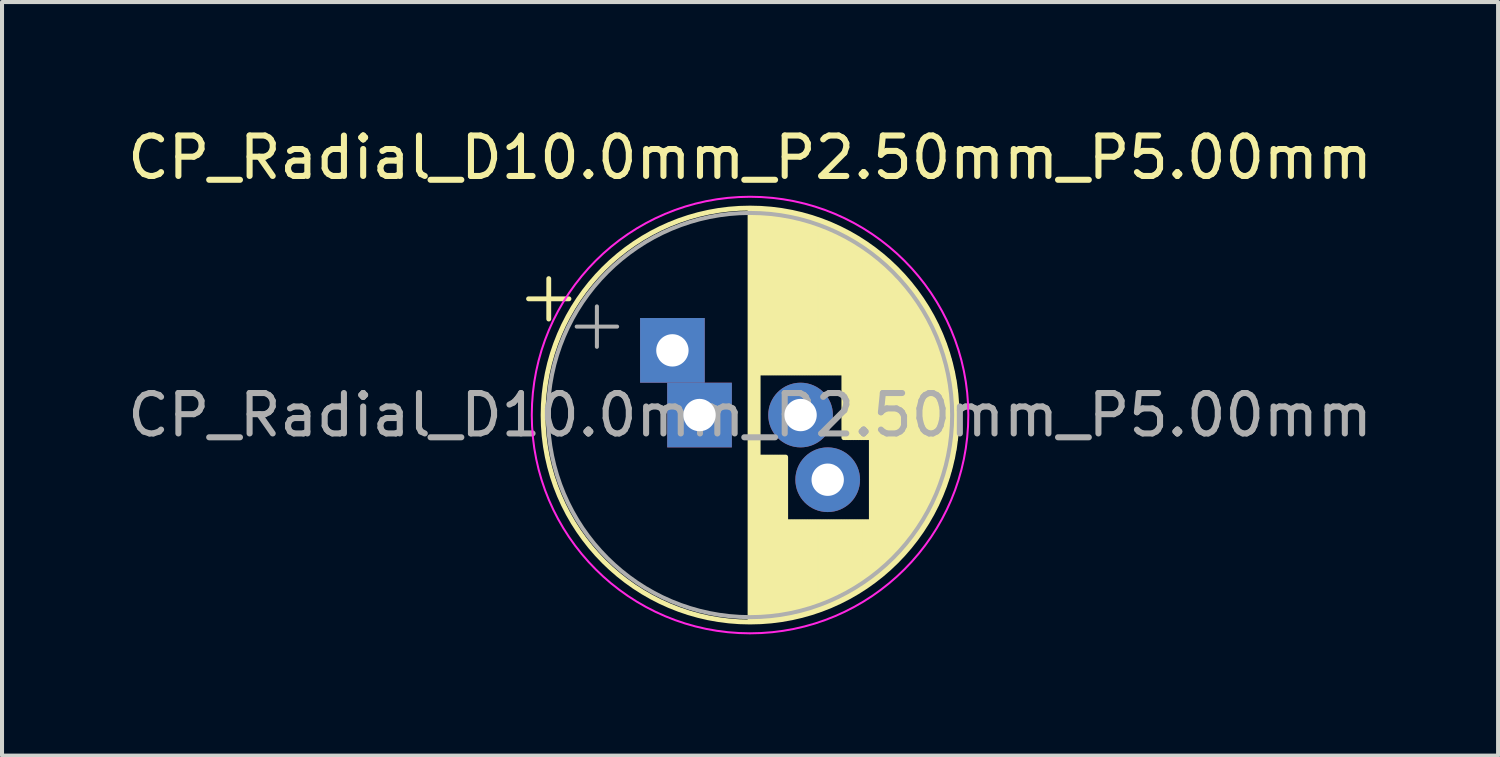
<source format=kicad_pcb>
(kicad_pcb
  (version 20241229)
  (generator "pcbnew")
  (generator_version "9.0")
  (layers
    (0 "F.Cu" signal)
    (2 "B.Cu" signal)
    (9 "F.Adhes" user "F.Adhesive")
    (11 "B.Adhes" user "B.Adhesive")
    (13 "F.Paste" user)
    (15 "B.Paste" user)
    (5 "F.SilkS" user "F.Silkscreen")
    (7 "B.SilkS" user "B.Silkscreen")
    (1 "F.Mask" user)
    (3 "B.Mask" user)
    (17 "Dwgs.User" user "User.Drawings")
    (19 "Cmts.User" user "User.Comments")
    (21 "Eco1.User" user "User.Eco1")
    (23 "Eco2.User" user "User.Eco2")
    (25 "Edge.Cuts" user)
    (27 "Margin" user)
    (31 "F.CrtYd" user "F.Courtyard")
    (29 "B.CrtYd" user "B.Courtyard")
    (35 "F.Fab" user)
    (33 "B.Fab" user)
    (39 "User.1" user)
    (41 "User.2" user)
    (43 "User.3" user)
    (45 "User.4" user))
  (footprint "CP_Radial_D10.0mm_P2.50mm_P5.00mm"
    (layer "F.Cu")
    (at 14.256 7.218)
    (property "Reference" "CP_Radial_D10.0mm_P2.50mm_P5.00mm" (at 1.25 -6.37 0) (layer "F.SilkS") (effects (font (size 1 1) (thickness 0.15))))
    (attr through_hole)
    (fp_line (start -4.23 -2.875) (end -3.23 -2.875) (stroke (width 0.12) (type solid)) (layer "F.SilkS"))
    (fp_line (start -3.73 -3.375) (end -3.73 -2.375) (stroke (width 0.12) (type solid)) (layer "F.SilkS"))
    (fp_line (start 1.25 -5.08) (end 1.25 5.08) (stroke (width 0.12) (type solid)) (layer "F.SilkS"))
    (fp_line (start 1.29 -5.08) (end 1.29 5.08) (stroke (width 0.12) (type solid)) (layer "F.SilkS"))
    (fp_line (start 1.33 -5.08) (end 1.33 5.08) (stroke (width 0.12) (type solid)) (layer "F.SilkS"))
    (fp_line (start 1.37 -5.079) (end 1.37 5.079) (stroke (width 0.12) (type solid)) (layer "F.SilkS"))
    (fp_line (start 1.41 -5.078) (end 1.41 5.078) (stroke (width 0.12) (type solid)) (layer "F.SilkS"))
    (fp_line (start 1.45 -5.077) (end 1.45 5.077) (stroke (width 0.12) (type solid)) (layer "F.SilkS"))
    (fp_line (start 1.49 -5.075) (end 1.49 -1.04) (stroke (width 0.12) (type solid)) (layer "F.SilkS"))
    (fp_line (start 1.49 1.04) (end 1.49 5.075) (stroke (width 0.12) (type solid)) (layer "F.SilkS"))
    (fp_line (start 1.53 -5.073) (end 1.53 -1.04) (stroke (width 0.12) (type solid)) (layer "F.SilkS"))
    (fp_line (start 1.53 1.04) (end 1.53 5.073) (stroke (width 0.12) (type solid)) (layer "F.SilkS"))
    (fp_line (start 1.57 -5.07) (end 1.57 -1.04) (stroke (width 0.12) (type solid)) (layer "F.SilkS"))
    (fp_line (start 1.57 1.04) (end 1.57 5.07) (stroke (width 0.12) (type solid)) (layer "F.SilkS"))
    (fp_line (start 1.61 -5.068) (end 1.61 -1.04) (stroke (width 0.12) (type solid)) (layer "F.SilkS"))
    (fp_line (start 1.61 1.04) (end 1.61 5.068) (stroke (width 0.12) (type solid)) (layer "F.SilkS"))
    (fp_line (start 1.65 -5.065) (end 1.65 -1.04) (stroke (width 0.12) (type solid)) (layer "F.SilkS"))
    (fp_line (start 1.65 1.04) (end 1.65 5.065) (stroke (width 0.12) (type solid)) (layer "F.SilkS"))
    (fp_line (start 1.69 -5.062) (end 1.69 -1.04) (stroke (width 0.12) (type solid)) (layer "F.SilkS"))
    (fp_line (start 1.69 1.04) (end 1.69 5.062) (stroke (width 0.12) (type solid)) (layer "F.SilkS"))
    (fp_line (start 1.73 -5.058) (end 1.73 -1.04) (stroke (width 0.12) (type solid)) (layer "F.SilkS"))
    (fp_line (start 1.73 1.04) (end 1.73 5.058) (stroke (width 0.12) (type solid)) (layer "F.SilkS"))
    (fp_line (start 1.77 -5.054) (end 1.77 -1.04) (stroke (width 0.12) (type solid)) (layer "F.SilkS"))
    (fp_line (start 1.77 1.04) (end 1.77 5.054) (stroke (width 0.12) (type solid)) (layer "F.SilkS"))
    (fp_line (start 1.81 -5.05) (end 1.81 -1.04) (stroke (width 0.12) (type solid)) (layer "F.SilkS"))
    (fp_line (start 1.81 1.04) (end 1.81 5.05) (stroke (width 0.12) (type solid)) (layer "F.SilkS"))
    (fp_line (start 1.85 -5.045) (end 1.85 -1.04) (stroke (width 0.12) (type solid)) (layer "F.SilkS"))
    (fp_line (start 1.85 1.04) (end 1.85 5.045) (stroke (width 0.12) (type solid)) (layer "F.SilkS"))
    (fp_line (start 1.89 -5.04) (end 1.89 -1.04) (stroke (width 0.12) (type solid)) (layer "F.SilkS"))
    (fp_line (start 1.89 1.04) (end 1.89 5.04) (stroke (width 0.12) (type solid)) (layer "F.SilkS"))
    (fp_line (start 1.93 -5.035) (end 1.93 -1.04) (stroke (width 0.12) (type solid)) (layer "F.SilkS"))
    (fp_line (start 1.93 1.04) (end 1.93 5.035) (stroke (width 0.12) (type solid)) (layer "F.SilkS"))
    (fp_line (start 1.971 -5.03) (end 1.971 -1.04) (stroke (width 0.12) (type solid)) (layer "F.SilkS"))
    (fp_line (start 1.971 1.04) (end 1.971 5.03) (stroke (width 0.12) (type solid)) (layer "F.SilkS"))
    (fp_line (start 2.011 -5.024) (end 2.011 -1.04) (stroke (width 0.12) (type solid)) (layer "F.SilkS"))
    (fp_line (start 2.011 1.04) (end 2.011 5.024) (stroke (width 0.12) (type solid)) (layer "F.SilkS"))
    (fp_line (start 2.051 -5.018) (end 2.051 -1.04) (stroke (width 0.12) (type solid)) (layer "F.SilkS"))
    (fp_line (start 2.051 1.04) (end 2.051 5.018) (stroke (width 0.12) (type solid)) (layer "F.SilkS"))
    (fp_line (start 2.091 -5.011) (end 2.091 -1.04) (stroke (width 0.12) (type solid)) (layer "F.SilkS"))
    (fp_line (start 2.091 1.04) (end 2.091 5.011) (stroke (width 0.12) (type solid)) (layer "F.SilkS"))
    (fp_line (start 2.131 -5.004) (end 2.131 -1.04) (stroke (width 0.12) (type solid)) (layer "F.SilkS"))
    (fp_line (start 2.131 1.04) (end 2.131 5.004) (stroke (width 0.12) (type solid)) (layer "F.SilkS"))
    (fp_line (start 2.171 -4.997) (end 2.171 -1.04) (stroke (width 0.12) (type solid)) (layer "F.SilkS"))
    (fp_line (start 2.171 2.64) (end 2.171 4.997) (stroke (width 0.12) (type solid)) (layer "F.SilkS"))
    (fp_line (start 2.211 -4.99) (end 2.211 -1.04) (stroke (width 0.12) (type solid)) (layer "F.SilkS"))
    (fp_line (start 2.211 2.64) (end 2.211 4.99) (stroke (width 0.12) (type solid)) (layer "F.SilkS"))
    (fp_line (start 2.251 -4.982) (end 2.251 -1.04) (stroke (width 0.12) (type solid)) (layer "F.SilkS"))
    (fp_line (start 2.251 2.64) (end 2.251 4.982) (stroke (width 0.12) (type solid)) (layer "F.SilkS"))
    (fp_line (start 2.291 -4.974) (end 2.291 -1.04) (stroke (width 0.12) (type solid)) (layer "F.SilkS"))
    (fp_line (start 2.291 2.64) (end 2.291 4.974) (stroke (width 0.12) (type solid)) (layer "F.SilkS"))
    (fp_line (start 2.331 -4.965) (end 2.331 -1.04) (stroke (width 0.12) (type solid)) (layer "F.SilkS"))
    (fp_line (start 2.331 2.64) (end 2.331 4.965) (stroke (width 0.12) (type solid)) (layer "F.SilkS"))
    (fp_line (start 2.371 -4.956) (end 2.371 -1.04) (stroke (width 0.12) (type solid)) (layer "F.SilkS"))
    (fp_line (start 2.371 2.64) (end 2.371 4.956) (stroke (width 0.12) (type solid)) (layer "F.SilkS"))
    (fp_line (start 2.411 -4.947) (end 2.411 -1.04) (stroke (width 0.12) (type solid)) (layer "F.SilkS"))
    (fp_line (start 2.411 2.64) (end 2.411 4.947) (stroke (width 0.12) (type solid)) (layer "F.SilkS"))
    (fp_line (start 2.451 -4.938) (end 2.451 -1.04) (stroke (width 0.12) (type solid)) (layer "F.SilkS"))
    (fp_line (start 2.451 2.64) (end 2.451 4.938) (stroke (width 0.12) (type solid)) (layer "F.SilkS"))
    (fp_line (start 2.491 -4.928) (end 2.491 -1.04) (stroke (width 0.12) (type solid)) (layer "F.SilkS"))
    (fp_line (start 2.491 2.64) (end 2.491 4.928) (stroke (width 0.12) (type solid)) (layer "F.SilkS"))
    (fp_line (start 2.531 -4.918) (end 2.531 -1.04) (stroke (width 0.12) (type solid)) (layer "F.SilkS"))
    (fp_line (start 2.531 2.64) (end 2.531 4.918) (stroke (width 0.12) (type solid)) (layer "F.SilkS"))
    (fp_line (start 2.571 -4.907) (end 2.571 -1.04) (stroke (width 0.12) (type solid)) (layer "F.SilkS"))
    (fp_line (start 2.571 2.64) (end 2.571 4.907) (stroke (width 0.12) (type solid)) (layer "F.SilkS"))
    (fp_line (start 2.611 -4.897) (end 2.611 -1.04) (stroke (width 0.12) (type solid)) (layer "F.SilkS"))
    (fp_line (start 2.611 2.64) (end 2.611 4.897) (stroke (width 0.12) (type solid)) (layer "F.SilkS"))
    (fp_line (start 2.651 -4.885) (end 2.651 -1.04) (stroke (width 0.12) (type solid)) (layer "F.SilkS"))
    (fp_line (start 2.651 2.64) (end 2.651 4.885) (stroke (width 0.12) (type solid)) (layer "F.SilkS"))
    (fp_line (start 2.691 -4.874) (end 2.691 -1.04) (stroke (width 0.12) (type solid)) (layer "F.SilkS"))
    (fp_line (start 2.691 2.64) (end 2.691 4.874) (stroke (width 0.12) (type solid)) (layer "F.SilkS"))
    (fp_line (start 2.731 -4.862) (end 2.731 -1.04) (stroke (width 0.12) (type solid)) (layer "F.SilkS"))
    (fp_line (start 2.731 2.64) (end 2.731 4.862) (stroke (width 0.12) (type solid)) (layer "F.SilkS"))
    (fp_line (start 2.771 -4.85) (end 2.771 -1.04) (stroke (width 0.12) (type solid)) (layer "F.SilkS"))
    (fp_line (start 2.771 2.64) (end 2.771 4.85) (stroke (width 0.12) (type solid)) (layer "F.SilkS"))
    (fp_line (start 2.811 -4.837) (end 2.811 -1.04) (stroke (width 0.12) (type solid)) (layer "F.SilkS"))
    (fp_line (start 2.811 2.64) (end 2.811 4.837) (stroke (width 0.12) (type solid)) (layer "F.SilkS"))
    (fp_line (start 2.851 -4.824) (end 2.851 -1.04) (stroke (width 0.12) (type solid)) (layer "F.SilkS"))
    (fp_line (start 2.851 2.64) (end 2.851 4.824) (stroke (width 0.12) (type solid)) (layer "F.SilkS"))
    (fp_line (start 2.891 -4.811) (end 2.891 -1.04) (stroke (width 0.12) (type solid)) (layer "F.SilkS"))
    (fp_line (start 2.891 2.64) (end 2.891 4.811) (stroke (width 0.12) (type solid)) (layer "F.SilkS"))
    (fp_line (start 2.931 -4.797) (end 2.931 -1.04) (stroke (width 0.12) (type solid)) (layer "F.SilkS"))
    (fp_line (start 2.931 2.64) (end 2.931 4.797) (stroke (width 0.12) (type solid)) (layer "F.SilkS"))
    (fp_line (start 2.971 -4.783) (end 2.971 -1.04) (stroke (width 0.12) (type solid)) (layer "F.SilkS"))
    (fp_line (start 2.971 2.64) (end 2.971 4.783) (stroke (width 0.12) (type solid)) (layer "F.SilkS"))
    (fp_line (start 3.011 -4.768) (end 3.011 -1.04) (stroke (width 0.12) (type solid)) (layer "F.SilkS"))
    (fp_line (start 3.011 2.64) (end 3.011 4.768) (stroke (width 0.12) (type solid)) (layer "F.SilkS"))
    (fp_line (start 3.051 -4.754) (end 3.051 -1.04) (stroke (width 0.12) (type solid)) (layer "F.SilkS"))
    (fp_line (start 3.051 2.64) (end 3.051 4.754) (stroke (width 0.12) (type solid)) (layer "F.SilkS"))
    (fp_line (start 3.091 -4.738) (end 3.091 -1.04) (stroke (width 0.12) (type solid)) (layer "F.SilkS"))
    (fp_line (start 3.091 2.64) (end 3.091 4.738) (stroke (width 0.12) (type solid)) (layer "F.SilkS"))
    (fp_line (start 3.131 -4.723) (end 3.131 -1.04) (stroke (width 0.12) (type solid)) (layer "F.SilkS"))
    (fp_line (start 3.131 2.64) (end 3.131 4.723) (stroke (width 0.12) (type solid)) (layer "F.SilkS"))
    (fp_line (start 3.171 -4.707) (end 3.171 -1.04) (stroke (width 0.12) (type solid)) (layer "F.SilkS"))
    (fp_line (start 3.171 2.64) (end 3.171 4.707) (stroke (width 0.12) (type solid)) (layer "F.SilkS"))
    (fp_line (start 3.211 -4.69) (end 3.211 -1.04) (stroke (width 0.12) (type solid)) (layer "F.SilkS"))
    (fp_line (start 3.211 2.64) (end 3.211 4.69) (stroke (width 0.12) (type solid)) (layer "F.SilkS"))
    (fp_line (start 3.251 -4.674) (end 3.251 -1.04) (stroke (width 0.12) (type solid)) (layer "F.SilkS"))
    (fp_line (start 3.251 2.64) (end 3.251 4.674) (stroke (width 0.12) (type solid)) (layer "F.SilkS"))
    (fp_line (start 3.291 -4.657) (end 3.291 -1.04) (stroke (width 0.12) (type solid)) (layer "F.SilkS"))
    (fp_line (start 3.291 2.64) (end 3.291 4.657) (stroke (width 0.12) (type solid)) (layer "F.SilkS"))
    (fp_line (start 3.331 -4.639) (end 3.331 -1.04) (stroke (width 0.12) (type solid)) (layer "F.SilkS"))
    (fp_line (start 3.331 2.64) (end 3.331 4.639) (stroke (width 0.12) (type solid)) (layer "F.SilkS"))
    (fp_line (start 3.371 -4.621) (end 3.371 -1.04) (stroke (width 0.12) (type solid)) (layer "F.SilkS"))
    (fp_line (start 3.371 2.64) (end 3.371 4.621) (stroke (width 0.12) (type solid)) (layer "F.SilkS"))
    (fp_line (start 3.411 -4.603) (end 3.411 -1.04) (stroke (width 0.12) (type solid)) (layer "F.SilkS"))
    (fp_line (start 3.411 2.64) (end 3.411 4.603) (stroke (width 0.12) (type solid)) (layer "F.SilkS"))
    (fp_line (start 3.451 -4.584) (end 3.451 -1.04) (stroke (width 0.12) (type solid)) (layer "F.SilkS"))
    (fp_line (start 3.451 2.64) (end 3.451 4.584) (stroke (width 0.12) (type solid)) (layer "F.SilkS"))
    (fp_line (start 3.491 -4.564) (end 3.491 -1.04) (stroke (width 0.12) (type solid)) (layer "F.SilkS"))
    (fp_line (start 3.491 2.64) (end 3.491 4.564) (stroke (width 0.12) (type solid)) (layer "F.SilkS"))
    (fp_line (start 3.531 -4.545) (end 3.531 -1.04) (stroke (width 0.12) (type solid)) (layer "F.SilkS"))
    (fp_line (start 3.531 2.64) (end 3.531 4.545) (stroke (width 0.12) (type solid)) (layer "F.SilkS"))
    (fp_line (start 3.571 -4.525) (end 3.571 0.56) (stroke (width 0.12) (type solid)) (layer "F.SilkS"))
    (fp_line (start 3.571 2.64) (end 3.571 4.525) (stroke (width 0.12) (type solid)) (layer "F.SilkS"))
    (fp_line (start 3.611 -4.504) (end 3.611 0.56) (stroke (width 0.12) (type solid)) (layer "F.SilkS"))
    (fp_line (start 3.611 2.64) (end 3.611 4.504) (stroke (width 0.12) (type solid)) (layer "F.SilkS"))
    (fp_line (start 3.651 -4.483) (end 3.651 0.56) (stroke (width 0.12) (type solid)) (layer "F.SilkS"))
    (fp_line (start 3.651 2.64) (end 3.651 4.483) (stroke (width 0.12) (type solid)) (layer "F.SilkS"))
    (fp_line (start 3.691 -4.462) (end 3.691 0.56) (stroke (width 0.12) (type solid)) (layer "F.SilkS"))
    (fp_line (start 3.691 2.64) (end 3.691 4.462) (stroke (width 0.12) (type solid)) (layer "F.SilkS"))
    (fp_line (start 3.731 -4.44) (end 3.731 0.56) (stroke (width 0.12) (type solid)) (layer "F.SilkS"))
    (fp_line (start 3.731 2.64) (end 3.731 4.44) (stroke (width 0.12) (type solid)) (layer "F.SilkS"))
    (fp_line (start 3.771 -4.417) (end 3.771 0.56) (stroke (width 0.12) (type solid)) (layer "F.SilkS"))
    (fp_line (start 3.771 2.64) (end 3.771 4.417) (stroke (width 0.12) (type solid)) (layer "F.SilkS"))
    (fp_line (start 3.811 -4.395) (end 3.811 0.56) (stroke (width 0.12) (type solid)) (layer "F.SilkS"))
    (fp_line (start 3.811 2.64) (end 3.811 4.395) (stroke (width 0.12) (type solid)) (layer "F.SilkS"))
    (fp_line (start 3.851 -4.371) (end 3.851 0.56) (stroke (width 0.12) (type solid)) (layer "F.SilkS"))
    (fp_line (start 3.851 2.64) (end 3.851 4.371) (stroke (width 0.12) (type solid)) (layer "F.SilkS"))
    (fp_line (start 3.891 -4.347) (end 3.891 0.56) (stroke (width 0.12) (type solid)) (layer "F.SilkS"))
    (fp_line (start 3.891 2.64) (end 3.891 4.347) (stroke (width 0.12) (type solid)) (layer "F.SilkS"))
    (fp_line (start 3.931 -4.323) (end 3.931 0.56) (stroke (width 0.12) (type solid)) (layer "F.SilkS"))
    (fp_line (start 3.931 2.64) (end 3.931 4.323) (stroke (width 0.12) (type solid)) (layer "F.SilkS"))
    (fp_line (start 3.971 -4.298) (end 3.971 0.56) (stroke (width 0.12) (type solid)) (layer "F.SilkS"))
    (fp_line (start 3.971 2.64) (end 3.971 4.298) (stroke (width 0.12) (type solid)) (layer "F.SilkS"))
    (fp_line (start 4.011 -4.273) (end 4.011 0.56) (stroke (width 0.12) (type solid)) (layer "F.SilkS"))
    (fp_line (start 4.011 2.64) (end 4.011 4.273) (stroke (width 0.12) (type solid)) (layer "F.SilkS"))
    (fp_line (start 4.051 -4.247) (end 4.051 0.56) (stroke (width 0.12) (type solid)) (layer "F.SilkS"))
    (fp_line (start 4.051 2.64) (end 4.051 4.247) (stroke (width 0.12) (type solid)) (layer "F.SilkS"))
    (fp_line (start 4.091 -4.221) (end 4.091 0.56) (stroke (width 0.12) (type solid)) (layer "F.SilkS"))
    (fp_line (start 4.091 2.64) (end 4.091 4.221) (stroke (width 0.12) (type solid)) (layer "F.SilkS"))
    (fp_line (start 4.131 -4.194) (end 4.131 0.56) (stroke (width 0.12) (type solid)) (layer "F.SilkS"))
    (fp_line (start 4.131 2.64) (end 4.131 4.194) (stroke (width 0.12) (type solid)) (layer "F.SilkS"))
    (fp_line (start 4.171 -4.166) (end 4.171 0.56) (stroke (width 0.12) (type solid)) (layer "F.SilkS"))
    (fp_line (start 4.171 2.64) (end 4.171 4.166) (stroke (width 0.12) (type solid)) (layer "F.SilkS"))
    (fp_line (start 4.211 -4.138) (end 4.211 0.56) (stroke (width 0.12) (type solid)) (layer "F.SilkS"))
    (fp_line (start 4.211 2.64) (end 4.211 4.138) (stroke (width 0.12) (type solid)) (layer "F.SilkS"))
    (fp_line (start 4.251 -4.11) (end 4.251 4.11) (stroke (width 0.12) (type solid)) (layer "F.SilkS"))
    (fp_line (start 4.291 -4.08) (end 4.291 4.08) (stroke (width 0.12) (type solid)) (layer "F.SilkS"))
    (fp_line (start 4.331 -4.05) (end 4.331 4.05) (stroke (width 0.12) (type solid)) (layer "F.SilkS"))
    (fp_line (start 4.371 -4.02) (end 4.371 4.02) (stroke (width 0.12) (type solid)) (layer "F.SilkS"))
    (fp_line (start 4.411 -3.989) (end 4.411 3.989) (stroke (width 0.12) (type solid)) (layer "F.SilkS"))
    (fp_line (start 4.451 -3.957) (end 4.451 3.957) (stroke (width 0.12) (type solid)) (layer "F.SilkS"))
    (fp_line (start 4.491 -3.925) (end 4.491 3.925) (stroke (width 0.12) (type solid)) (layer "F.SilkS"))
    (fp_line (start 4.531 -3.892) (end 4.531 3.892) (stroke (width 0.12) (type solid)) (layer "F.SilkS"))
    (fp_line (start 4.571 -3.858) (end 4.571 3.858) (stroke (width 0.12) (type solid)) (layer "F.SilkS"))
    (fp_line (start 4.611 -3.824) (end 4.611 3.824) (stroke (width 0.12) (type solid)) (layer "F.SilkS"))
    (fp_line (start 4.651 -3.789) (end 4.651 3.789) (stroke (width 0.12) (type solid)) (layer "F.SilkS"))
    (fp_line (start 4.691 -3.753) (end 4.691 3.753) (stroke (width 0.12) (type solid)) (layer "F.SilkS"))
    (fp_line (start 4.731 -3.716) (end 4.731 3.716) (stroke (width 0.12) (type solid)) (layer "F.SilkS"))
    (fp_line (start 4.771 -3.679) (end 4.771 3.679) (stroke (width 0.12) (type solid)) (layer "F.SilkS"))
    (fp_line (start 4.811 -3.64) (end 4.811 3.64) (stroke (width 0.12) (type solid)) (layer "F.SilkS"))
    (fp_line (start 4.851 -3.601) (end 4.851 3.601) (stroke (width 0.12) (type solid)) (layer "F.SilkS"))
    (fp_line (start 4.891 -3.561) (end 4.891 3.561) (stroke (width 0.12) (type solid)) (layer "F.SilkS"))
    (fp_line (start 4.931 -3.52) (end 4.931 3.52) (stroke (width 0.12) (type solid)) (layer "F.SilkS"))
    (fp_line (start 4.971 -3.478) (end 4.971 3.478) (stroke (width 0.12) (type solid)) (layer "F.SilkS"))
    (fp_line (start 5.011 -3.436) (end 5.011 3.436) (stroke (width 0.12) (type solid)) (layer "F.SilkS"))
    (fp_line (start 5.051 -3.392) (end 5.051 3.392) (stroke (width 0.12) (type solid)) (layer "F.SilkS"))
    (fp_line (start 5.091 -3.347) (end 5.091 3.347) (stroke (width 0.12) (type solid)) (layer "F.SilkS"))
    (fp_line (start 5.131 -3.301) (end 5.131 3.301) (stroke (width 0.12) (type solid)) (layer "F.SilkS"))
    (fp_line (start 5.171 -3.254) (end 5.171 3.254) (stroke (width 0.12) (type solid)) (layer "F.SilkS"))
    (fp_line (start 5.211 -3.206) (end 5.211 3.206) (stroke (width 0.12) (type solid)) (layer "F.SilkS"))
    (fp_line (start 5.251 -3.156) (end 5.251 3.156) (stroke (width 0.12) (type solid)) (layer "F.SilkS"))
    (fp_line (start 5.291 -3.106) (end 5.291 3.106) (stroke (width 0.12) (type solid)) (layer "F.SilkS"))
    (fp_line (start 5.331 -3.054) (end 5.331 3.054) (stroke (width 0.12) (type solid)) (layer "F.SilkS"))
    (fp_line (start 5.371 -3) (end 5.371 3) (stroke (width 0.12) (type solid)) (layer "F.SilkS"))
    (fp_line (start 5.411 -2.945) (end 5.411 2.945) (stroke (width 0.12) (type solid)) (layer "F.SilkS"))
    (fp_line (start 5.451 -2.889) (end 5.451 2.889) (stroke (width 0.12) (type solid)) (layer "F.SilkS"))
    (fp_line (start 5.491 -2.83) (end 5.491 2.83) (stroke (width 0.12) (type solid)) (layer "F.SilkS"))
    (fp_line (start 5.531 -2.77) (end 5.531 2.77) (stroke (width 0.12) (type solid)) (layer "F.SilkS"))
    (fp_line (start 5.571 -2.709) (end 5.571 2.709) (stroke (width 0.12) (type solid)) (layer "F.SilkS"))
    (fp_line (start 5.611 -2.645) (end 5.611 2.645) (stroke (width 0.12) (type solid)) (layer "F.SilkS"))
    (fp_line (start 5.651 -2.579) (end 5.651 2.579) (stroke (width 0.12) (type solid)) (layer "F.SilkS"))
    (fp_line (start 5.691 -2.51) (end 5.691 2.51) (stroke (width 0.12) (type solid)) (layer "F.SilkS"))
    (fp_line (start 5.731 -2.439) (end 5.731 2.439) (stroke (width 0.12) (type solid)) (layer "F.SilkS"))
    (fp_line (start 5.771 -2.365) (end 5.771 2.365) (stroke (width 0.12) (type solid)) (layer "F.SilkS"))
    (fp_line (start 5.811 -2.289) (end 5.811 2.289) (stroke (width 0.12) (type solid)) (layer "F.SilkS"))
    (fp_line (start 5.851 -2.209) (end 5.851 2.209) (stroke (width 0.12) (type solid)) (layer "F.SilkS"))
    (fp_line (start 5.891 -2.125) (end 5.891 2.125) (stroke (width 0.12) (type solid)) (layer "F.SilkS"))
    (fp_line (start 5.931 -2.037) (end 5.931 2.037) (stroke (width 0.12) (type solid)) (layer "F.SilkS"))
    (fp_line (start 5.971 -1.944) (end 5.971 1.944) (stroke (width 0.12) (type solid)) (layer "F.SilkS"))
    (fp_line (start 6.011 -1.846) (end 6.011 1.846) (stroke (width 0.12) (type solid)) (layer "F.SilkS"))
    (fp_line (start 6.051 -1.742) (end 6.051 1.742) (stroke (width 0.12) (type solid)) (layer "F.SilkS"))
    (fp_line (start 6.091 -1.63) (end 6.091 1.63) (stroke (width 0.12) (type solid)) (layer "F.SilkS"))
    (fp_line (start 6.131 -1.51) (end 6.131 1.51) (stroke (width 0.12) (type solid)) (layer "F.SilkS"))
    (fp_line (start 6.171 -1.378) (end 6.171 1.378) (stroke (width 0.12) (type solid)) (layer "F.SilkS"))
    (fp_line (start 6.211 -1.23) (end 6.211 1.23) (stroke (width 0.12) (type solid)) (layer "F.SilkS"))
    (fp_line (start 6.251 -1.062) (end 6.251 1.062) (stroke (width 0.12) (type solid)) (layer "F.SilkS"))
    (fp_line (start 6.291 -0.862) (end 6.291 0.862) (stroke (width 0.12) (type solid)) (layer "F.SilkS"))
    (fp_line (start 6.331 -0.599) (end 6.331 0.599) (stroke (width 0.12) (type solid)) (layer "F.SilkS"))
    (fp_circle (center 1.25 0) (end 6.37 0) (stroke (width 0.12) (type solid)) (fill no) (layer "F.SilkS"))
    (fp_circle (center 1.25 0) (end 6.65 0) (stroke (width 0.05) (type solid)) (fill no) (layer "F.CrtYd"))
    (fp_line (start -3.039 -2.188) (end -2.039 -2.188) (stroke (width 0.1) (type solid)) (layer "F.Fab"))
    (fp_line (start -2.539 -2.688) (end -2.539 -1.688) (stroke (width 0.1) (type solid)) (layer "F.Fab"))
    (fp_circle (center 1.25 0) (end 6.25 0) (stroke (width 0.1) (type solid)) (fill no) (layer "F.Fab"))
    (fp_text user "${REFERENCE}" (at 1.25 0 0) (layer "F.Fab") (effects (font (size 1 1) (thickness 0.15))))
    (pad "1" thru_hole rect (at -0.671 -1.6) (size 1.6 1.6) (drill 0.8) (layers "*.Cu" "*.Mask"))
    (pad "1" thru_hole rect (at 0 0) (size 1.6 1.6) (drill 0.8) (layers "*.Cu" "*.Mask"))
    (pad "2" thru_hole circle (at 2.5 0) (size 1.6 1.6) (drill 0.8) (layers "*.Cu" "*.Mask"))
    (pad "2" thru_hole circle (at 3.171 1.6) (size 1.6 1.6) (drill 0.8) (layers "*.Cu" "*.Mask")))
  (gr_rect
    (start -3 -3)
    (end 34.012 15.643)
    (stroke (width 0.1) (type default))
    (fill no)
    (layer "Edge.Cuts")))
</source>
